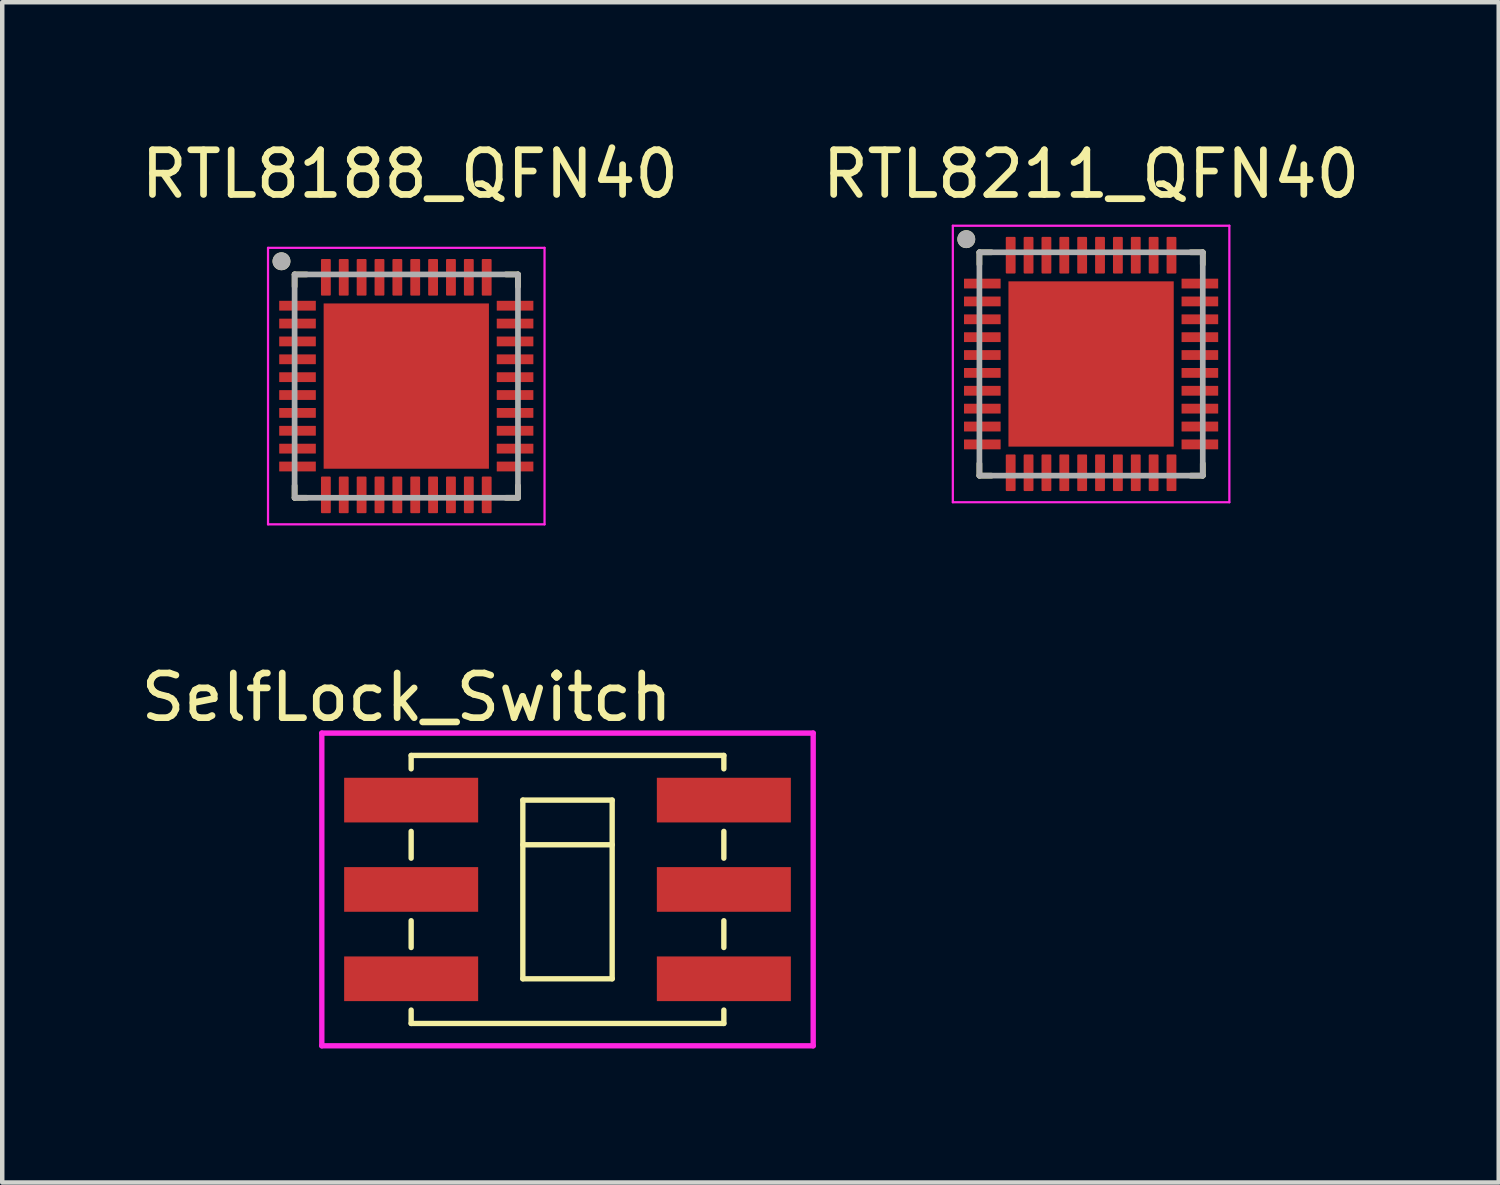
<source format=kicad_pcb>
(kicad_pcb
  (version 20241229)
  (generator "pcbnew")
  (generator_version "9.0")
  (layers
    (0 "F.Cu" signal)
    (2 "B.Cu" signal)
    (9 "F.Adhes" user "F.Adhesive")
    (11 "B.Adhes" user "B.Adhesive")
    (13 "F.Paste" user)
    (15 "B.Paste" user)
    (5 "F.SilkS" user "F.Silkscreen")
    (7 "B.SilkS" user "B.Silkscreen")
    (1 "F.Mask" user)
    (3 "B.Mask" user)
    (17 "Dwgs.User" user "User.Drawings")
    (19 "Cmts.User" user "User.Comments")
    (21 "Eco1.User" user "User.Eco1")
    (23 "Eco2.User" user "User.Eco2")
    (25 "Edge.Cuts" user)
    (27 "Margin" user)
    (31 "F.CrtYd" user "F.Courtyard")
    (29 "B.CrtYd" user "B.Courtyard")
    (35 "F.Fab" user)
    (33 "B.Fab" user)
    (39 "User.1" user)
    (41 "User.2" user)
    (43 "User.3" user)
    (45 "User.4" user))
  (footprint "RTL8211_QFN40"
    (layer "F.Cu")
    (at 21.375 5.098)
    (property "Reference" "RTL8211_QFN40" (at 0 -4.25 0) (layer "F.SilkS") (effects (font (size 1 1) (thickness 0.15))))
    (attr smd)
    (fp_line (start -2.5 -2.5) (end -2.5 -2.23) (stroke (width 0.127) (type solid)) (layer "F.SilkS"))
    (fp_line (start -2.5 2.5) (end -2.5 2.23) (stroke (width 0.127) (type solid)) (layer "F.SilkS"))
    (fp_line (start -2.5 2.5) (end -2.23 2.5) (stroke (width 0.127) (type solid)) (layer "F.SilkS"))
    (fp_line (start -2.23 -2.5) (end -2.5 -2.5) (stroke (width 0.127) (type solid)) (layer "F.SilkS"))
    (fp_line (start 2.23 2.5) (end 2.5 2.5) (stroke (width 0.127) (type solid)) (layer "F.SilkS"))
    (fp_line (start 2.5 -2.5) (end 2.23 -2.5) (stroke (width 0.127) (type solid)) (layer "F.SilkS"))
    (fp_line (start 2.5 -2.23) (end 2.5 -2.5) (stroke (width 0.127) (type solid)) (layer "F.SilkS"))
    (fp_line (start 2.5 2.5) (end 2.5 2.23) (stroke (width 0.127) (type solid)) (layer "F.SilkS"))
    (fp_circle (center -2.794 -2.794) (end -2.694 -2.794) (stroke (width 0.2) (type solid)) (fill no) (layer "F.SilkS"))
    (fp_poly (pts (xy -1.395 -1.395) (xy -0.225 -1.395) (xy -0.225 -0.225) (xy -1.395 -0.225)) (stroke (width 0.01) (type solid)) (fill yes) (layer "F.Paste"))
    (fp_poly (pts (xy -1.395 0.225) (xy -0.225 0.225) (xy -0.225 1.395) (xy -1.395 1.395)) (stroke (width 0.01) (type solid)) (fill yes) (layer "F.Paste"))
    (fp_poly (pts (xy 0.225 -1.395) (xy 1.395 -1.395) (xy 1.395 -0.225) (xy 0.225 -0.225)) (stroke (width 0.01) (type solid)) (fill yes) (layer "F.Paste"))
    (fp_poly (pts (xy 0.225 0.225) (xy 1.395 0.225) (xy 1.395 1.395) (xy 0.225 1.395)) (stroke (width 0.01) (type solid)) (fill yes) (layer "F.Paste"))
    (fp_line (start -3.095 -3.095) (end -3.095 3.095) (stroke (width 0.05) (type solid)) (layer "F.CrtYd"))
    (fp_line (start -3.095 3.095) (end 3.095 3.095) (stroke (width 0.05) (type solid)) (layer "F.CrtYd"))
    (fp_line (start 3.095 -3.095) (end -3.095 -3.095) (stroke (width 0.05) (type solid)) (layer "F.CrtYd"))
    (fp_line (start 3.095 3.095) (end 3.095 -3.095) (stroke (width 0.05) (type solid)) (layer "F.CrtYd"))
    (fp_line (start -2.5 -2.5) (end -2.5 2.5) (stroke (width 0.127) (type solid)) (layer "F.Fab"))
    (fp_line (start -2.5 2.5) (end 2.5 2.5) (stroke (width 0.127) (type solid)) (layer "F.Fab"))
    (fp_line (start 2.5 -2.5) (end -2.5 -2.5) (stroke (width 0.127) (type solid)) (layer "F.Fab"))
    (fp_line (start 2.5 2.5) (end 2.5 -2.5) (stroke (width 0.127) (type solid)) (layer "F.Fab"))
    (fp_circle (center -2.794 -2.794) (end -2.694 -2.794) (stroke (width 0.2) (type solid)) (fill no) (layer "F.Fab"))
    (pad "1" smd roundrect (at -2.435 -1.8) (size 0.82 0.22) (layers "F.Cu" "F.Mask" "F.Paste") (roundrect_rratio 0.03))
    (pad "2" smd roundrect (at -2.435 -1.4) (size 0.82 0.22) (layers "F.Cu" "F.Mask" "F.Paste") (roundrect_rratio 0.03))
    (pad "3" smd roundrect (at -2.435 -1) (size 0.82 0.22) (layers "F.Cu" "F.Mask" "F.Paste") (roundrect_rratio 0.03))
    (pad "4" smd roundrect (at -2.435 -0.6) (size 0.82 0.22) (layers "F.Cu" "F.Mask" "F.Paste") (roundrect_rratio 0.03))
    (pad "5" smd roundrect (at -2.435 -0.2) (size 0.82 0.22) (layers "F.Cu" "F.Mask" "F.Paste") (roundrect_rratio 0.03))
    (pad "6" smd roundrect (at -2.435 0.2) (size 0.82 0.22) (layers "F.Cu" "F.Mask" "F.Paste") (roundrect_rratio 0.03))
    (pad "7" smd roundrect (at -2.435 0.6) (size 0.82 0.22) (layers "F.Cu" "F.Mask" "F.Paste") (roundrect_rratio 0.03))
    (pad "8" smd roundrect (at -2.435 1) (size 0.82 0.22) (layers "F.Cu" "F.Mask" "F.Paste") (roundrect_rratio 0.03))
    (pad "9" smd roundrect (at -2.435 1.4) (size 0.82 0.22) (layers "F.Cu" "F.Mask" "F.Paste") (roundrect_rratio 0.03))
    (pad "10" smd roundrect (at -2.435 1.8) (size 0.82 0.22) (layers "F.Cu" "F.Mask" "F.Paste") (roundrect_rratio 0.03))
    (pad "11" smd roundrect (at -1.8 2.435) (size 0.22 0.82) (layers "F.Cu" "F.Mask" "F.Paste") (roundrect_rratio 0.1))
    (pad "12" smd roundrect (at -1.4 2.435) (size 0.22 0.82) (layers "F.Cu" "F.Mask" "F.Paste") (roundrect_rratio 0.1))
    (pad "13" smd roundrect (at -1 2.435) (size 0.22 0.82) (layers "F.Cu" "F.Mask" "F.Paste") (roundrect_rratio 0.1))
    (pad "14" smd roundrect (at -0.6 2.435) (size 0.22 0.82) (layers "F.Cu" "F.Mask" "F.Paste") (roundrect_rratio 0.1))
    (pad "15" smd roundrect (at -0.2 2.435) (size 0.22 0.82) (layers "F.Cu" "F.Mask" "F.Paste") (roundrect_rratio 0.1))
    (pad "16" smd roundrect (at 0.2 2.435) (size 0.22 0.82) (layers "F.Cu" "F.Mask" "F.Paste") (roundrect_rratio 0.1))
    (pad "17" smd roundrect (at 0.6 2.435) (size 0.22 0.82) (layers "F.Cu" "F.Mask" "F.Paste") (roundrect_rratio 0.1))
    (pad "18" smd roundrect (at 1 2.435) (size 0.22 0.82) (layers "F.Cu" "F.Mask" "F.Paste") (roundrect_rratio 0.1))
    (pad "19" smd roundrect (at 1.4 2.435) (size 0.22 0.82) (layers "F.Cu" "F.Mask" "F.Paste") (roundrect_rratio 0.1))
    (pad "20" smd roundrect (at 1.8 2.435) (size 0.22 0.82) (layers "F.Cu" "F.Mask" "F.Paste") (roundrect_rratio 0.1))
    (pad "21" smd roundrect (at 2.435 1.8) (size 0.82 0.22) (layers "F.Cu" "F.Mask" "F.Paste") (roundrect_rratio 0.03))
    (pad "22" smd roundrect (at 2.435 1.4) (size 0.82 0.22) (layers "F.Cu" "F.Mask" "F.Paste") (roundrect_rratio 0.03))
    (pad "23" smd roundrect (at 2.435 1) (size 0.82 0.22) (layers "F.Cu" "F.Mask" "F.Paste") (roundrect_rratio 0.03))
    (pad "24" smd roundrect (at 2.435 0.6) (size 0.82 0.22) (layers "F.Cu" "F.Mask" "F.Paste") (roundrect_rratio 0.03))
    (pad "25" smd roundrect (at 2.435 0.2) (size 0.82 0.22) (layers "F.Cu" "F.Mask" "F.Paste") (roundrect_rratio 0.03))
    (pad "26" smd roundrect (at 2.435 -0.2) (size 0.82 0.22) (layers "F.Cu" "F.Mask" "F.Paste") (roundrect_rratio 0.03))
    (pad "27" smd roundrect (at 2.435 -0.6) (size 0.82 0.22) (layers "F.Cu" "F.Mask" "F.Paste") (roundrect_rratio 0.03))
    (pad "28" smd roundrect (at 2.435 -1) (size 0.82 0.22) (layers "F.Cu" "F.Mask" "F.Paste") (roundrect_rratio 0.03))
    (pad "29" smd roundrect (at 2.435 -1.4) (size 0.82 0.22) (layers "F.Cu" "F.Mask" "F.Paste") (roundrect_rratio 0.03))
    (pad "30" smd roundrect (at 2.435 -1.8) (size 0.82 0.22) (layers "F.Cu" "F.Mask" "F.Paste") (roundrect_rratio 0.03))
    (pad "31" smd roundrect (at 1.8 -2.435) (size 0.22 0.82) (layers "F.Cu" "F.Mask" "F.Paste") (roundrect_rratio 0.1))
    (pad "32" smd roundrect (at 1.4 -2.435) (size 0.22 0.82) (layers "F.Cu" "F.Mask" "F.Paste") (roundrect_rratio 0.1))
    (pad "33" smd roundrect (at 1 -2.435) (size 0.22 0.82) (layers "F.Cu" "F.Mask" "F.Paste") (roundrect_rratio 0.1))
    (pad "34" smd roundrect (at 0.6 -2.435) (size 0.22 0.82) (layers "F.Cu" "F.Mask" "F.Paste") (roundrect_rratio 0.1))
    (pad "35" smd roundrect (at 0.2 -2.435) (size 0.22 0.82) (layers "F.Cu" "F.Mask" "F.Paste") (roundrect_rratio 0.1))
    (pad "36" smd roundrect (at -0.2 -2.435) (size 0.22 0.82) (layers "F.Cu" "F.Mask" "F.Paste") (roundrect_rratio 0.1))
    (pad "37" smd roundrect (at -0.6 -2.435) (size 0.22 0.82) (layers "F.Cu" "F.Mask" "F.Paste") (roundrect_rratio 0.1))
    (pad "38" smd roundrect (at -1 -2.435) (size 0.22 0.82) (layers "F.Cu" "F.Mask" "F.Paste") (roundrect_rratio 0.1))
    (pad "39" smd roundrect (at -1.4 -2.435) (size 0.22 0.82) (layers "F.Cu" "F.Mask" "F.Paste") (roundrect_rratio 0.1))
    (pad "40" smd roundrect (at -1.8 -2.435) (size 0.22 0.82) (layers "F.Cu" "F.Mask" "F.Paste") (roundrect_rratio 0.1))
    (pad "41" smd rect (at 0 0) (size 3.7 3.7) (layers "F.Cu" "F.Mask")))
  (footprint "SelfLock_Switch"
    (layer "F.Cu")
    (at 9.654 16.861)
    (property "Reference" "SelfLock_Switch" (at -3.6 -4.3 0) (layer "F.SilkS") (effects (font (size 1 1) (thickness 0.15))))
    (attr through_hole)
    (fp_line (start -3.5 -3) (end 3.5 -3) (stroke (width 0.12) (type solid)) (layer "F.SilkS"))
    (fp_line (start -3.5 -2.7) (end -3.5 -3) (stroke (width 0.12) (type solid)) (layer "F.SilkS"))
    (fp_line (start -3.5 -1.3) (end -3.5 -0.7) (stroke (width 0.12) (type solid)) (layer "F.SilkS"))
    (fp_line (start -3.5 0.7) (end -3.5 1.3) (stroke (width 0.12) (type solid)) (layer "F.SilkS"))
    (fp_line (start -3.5 2.7) (end -3.5 3) (stroke (width 0.12) (type solid)) (layer "F.SilkS"))
    (fp_line (start -3.5 3) (end 3.5 3) (stroke (width 0.12) (type solid)) (layer "F.SilkS"))
    (fp_line (start -1 -2) (end -1 2) (stroke (width 0.12) (type solid)) (layer "F.SilkS"))
    (fp_line (start -1 -2) (end 1 -2) (stroke (width 0.12) (type solid)) (layer "F.SilkS"))
    (fp_line (start -1 -1) (end 1 -1) (stroke (width 0.12) (type solid)) (layer "F.SilkS"))
    (fp_line (start 1 -2) (end 1 2) (stroke (width 0.12) (type solid)) (layer "F.SilkS"))
    (fp_line (start 1 2) (end -1 2) (stroke (width 0.12) (type solid)) (layer "F.SilkS"))
    (fp_line (start 3.5 -3) (end 3.5 -2.7) (stroke (width 0.12) (type solid)) (layer "F.SilkS"))
    (fp_line (start 3.5 -1.3) (end 3.5 -0.7) (stroke (width 0.12) (type solid)) (layer "F.SilkS"))
    (fp_line (start 3.5 0.7) (end 3.5 1.3) (stroke (width 0.12) (type solid)) (layer "F.SilkS"))
    (fp_line (start 3.5 3) (end 3.5 2.7) (stroke (width 0.12) (type solid)) (layer "F.SilkS"))
    (fp_line (start -5.5 -3.5) (end -5.5 3.5) (stroke (width 0.12) (type solid)) (layer "F.CrtYd"))
    (fp_line (start -5.5 3.5) (end 5.5 3.5) (stroke (width 0.12) (type solid)) (layer "F.CrtYd"))
    (fp_line (start 5.5 -3.5) (end -5.5 -3.5) (stroke (width 0.12) (type solid)) (layer "F.CrtYd"))
    (fp_line (start 5.5 3.5) (end 5.5 -3.5) (stroke (width 0.12) (type solid)) (layer "F.CrtYd"))
    (pad "1" smd rect (at -3.5 -2) (size 3 1) (layers "F.Cu" "F.Mask" "F.Paste"))
    (pad "2" smd rect (at -3.5 0) (size 3 1) (layers "F.Cu" "F.Mask" "F.Paste"))
    (pad "3" smd rect (at -3.5 2) (size 3 1) (layers "F.Cu" "F.Mask" "F.Paste"))
    (pad "4" smd rect (at 3.5 -2) (size 3 1) (layers "F.Cu" "F.Mask" "F.Paste"))
    (pad "5" smd rect (at 3.5 0) (size 3 1) (layers "F.Cu" "F.Mask" "F.Paste"))
    (pad "6" smd rect (at 3.5 2) (size 3 1) (layers "F.Cu" "F.Mask" "F.Paste")))
  (footprint "RTL8188_QFN40"
    (layer "F.Cu")
    (at 6.045 5.593)
    (property "Reference" "RTL8188_QFN40" (at 0.08 -4.745 0) (layer "F.SilkS") (effects (font (size 1 1) (thickness 0.15))))
    (attr smd)
    (fp_line (start -2.5 -2.5) (end -2.5 -2.23) (stroke (width 0.127) (type solid)) (layer "F.SilkS"))
    (fp_line (start -2.5 2.5) (end -2.5 2.23) (stroke (width 0.127) (type solid)) (layer "F.SilkS"))
    (fp_line (start -2.5 2.5) (end -2.23 2.5) (stroke (width 0.127) (type solid)) (layer "F.SilkS"))
    (fp_line (start -2.23 -2.5) (end -2.5 -2.5) (stroke (width 0.127) (type solid)) (layer "F.SilkS"))
    (fp_line (start 2.23 2.5) (end 2.5 2.5) (stroke (width 0.127) (type solid)) (layer "F.SilkS"))
    (fp_line (start 2.5 -2.5) (end 2.23 -2.5) (stroke (width 0.127) (type solid)) (layer "F.SilkS"))
    (fp_line (start 2.5 -2.23) (end 2.5 -2.5) (stroke (width 0.127) (type solid)) (layer "F.SilkS"))
    (fp_line (start 2.5 2.5) (end 2.5 2.23) (stroke (width 0.127) (type solid)) (layer "F.SilkS"))
    (fp_circle (center -2.794 -2.794) (end -2.694 -2.794) (stroke (width 0.2) (type solid)) (fill no) (layer "F.SilkS"))
    (fp_poly (pts (xy -1.395 -1.395) (xy -0.225 -1.395) (xy -0.225 -0.225) (xy -1.395 -0.225)) (stroke (width 0.01) (type solid)) (fill yes) (layer "F.Paste"))
    (fp_poly (pts (xy -1.395 0.225) (xy -0.225 0.225) (xy -0.225 1.395) (xy -1.395 1.395)) (stroke (width 0.01) (type solid)) (fill yes) (layer "F.Paste"))
    (fp_poly (pts (xy 0.225 -1.395) (xy 1.395 -1.395) (xy 1.395 -0.225) (xy 0.225 -0.225)) (stroke (width 0.01) (type solid)) (fill yes) (layer "F.Paste"))
    (fp_poly (pts (xy 0.225 0.225) (xy 1.395 0.225) (xy 1.395 1.395) (xy 0.225 1.395)) (stroke (width 0.01) (type solid)) (fill yes) (layer "F.Paste"))
    (fp_line (start -3.095 -3.095) (end -3.095 3.095) (stroke (width 0.05) (type solid)) (layer "F.CrtYd"))
    (fp_line (start -3.095 3.095) (end 3.095 3.095) (stroke (width 0.05) (type solid)) (layer "F.CrtYd"))
    (fp_line (start 3.095 -3.095) (end -3.095 -3.095) (stroke (width 0.05) (type solid)) (layer "F.CrtYd"))
    (fp_line (start 3.095 3.095) (end 3.095 -3.095) (stroke (width 0.05) (type solid)) (layer "F.CrtYd"))
    (fp_line (start -2.5 -2.5) (end -2.5 2.5) (stroke (width 0.127) (type solid)) (layer "F.Fab"))
    (fp_line (start -2.5 2.5) (end 2.5 2.5) (stroke (width 0.127) (type solid)) (layer "F.Fab"))
    (fp_line (start 2.5 -2.5) (end -2.5 -2.5) (stroke (width 0.127) (type solid)) (layer "F.Fab"))
    (fp_line (start 2.5 2.5) (end 2.5 -2.5) (stroke (width 0.127) (type solid)) (layer "F.Fab"))
    (fp_circle (center -2.794 -2.794) (end -2.694 -2.794) (stroke (width 0.2) (type solid)) (fill no) (layer "F.Fab"))
    (pad "1" smd roundrect (at -2.435 -1.8) (size 0.82 0.22) (layers "F.Cu" "F.Mask" "F.Paste") (roundrect_rratio 0.03))
    (pad "2" smd roundrect (at -2.435 -1.4) (size 0.82 0.22) (layers "F.Cu" "F.Mask" "F.Paste") (roundrect_rratio 0.03))
    (pad "3" smd roundrect (at -2.435 -1) (size 0.82 0.22) (layers "F.Cu" "F.Mask" "F.Paste") (roundrect_rratio 0.03))
    (pad "4" smd roundrect (at -2.435 -0.6) (size 0.82 0.22) (layers "F.Cu" "F.Mask" "F.Paste") (roundrect_rratio 0.03))
    (pad "5" smd roundrect (at -2.435 -0.2) (size 0.82 0.22) (layers "F.Cu" "F.Mask" "F.Paste") (roundrect_rratio 0.03))
    (pad "6" smd roundrect (at -2.435 0.2) (size 0.82 0.22) (layers "F.Cu" "F.Mask" "F.Paste") (roundrect_rratio 0.03))
    (pad "7" smd roundrect (at -2.435 0.6) (size 0.82 0.22) (layers "F.Cu" "F.Mask" "F.Paste") (roundrect_rratio 0.03))
    (pad "8" smd roundrect (at -2.435 1) (size 0.82 0.22) (layers "F.Cu" "F.Mask" "F.Paste") (roundrect_rratio 0.03))
    (pad "9" smd roundrect (at -2.435 1.4) (size 0.82 0.22) (layers "F.Cu" "F.Mask" "F.Paste") (roundrect_rratio 0.03))
    (pad "10" smd roundrect (at -2.435 1.8) (size 0.82 0.22) (layers "F.Cu" "F.Mask" "F.Paste") (roundrect_rratio 0.03))
    (pad "11" smd roundrect (at -1.8 2.435) (size 0.22 0.82) (layers "F.Cu" "F.Mask" "F.Paste") (roundrect_rratio 0.1))
    (pad "12" smd roundrect (at -1.4 2.435) (size 0.22 0.82) (layers "F.Cu" "F.Mask" "F.Paste") (roundrect_rratio 0.1))
    (pad "13" smd roundrect (at -1 2.435) (size 0.22 0.82) (layers "F.Cu" "F.Mask" "F.Paste") (roundrect_rratio 0.1))
    (pad "14" smd roundrect (at -0.6 2.435) (size 0.22 0.82) (layers "F.Cu" "F.Mask" "F.Paste") (roundrect_rratio 0.1))
    (pad "15" smd roundrect (at -0.2 2.435) (size 0.22 0.82) (layers "F.Cu" "F.Mask" "F.Paste") (roundrect_rratio 0.1))
    (pad "16" smd roundrect (at 0.2 2.435) (size 0.22 0.82) (layers "F.Cu" "F.Mask" "F.Paste") (roundrect_rratio 0.1))
    (pad "17" smd roundrect (at 0.6 2.435) (size 0.22 0.82) (layers "F.Cu" "F.Mask" "F.Paste") (roundrect_rratio 0.1))
    (pad "18" smd roundrect (at 1 2.435) (size 0.22 0.82) (layers "F.Cu" "F.Mask" "F.Paste") (roundrect_rratio 0.1))
    (pad "19" smd roundrect (at 1.4 2.435) (size 0.22 0.82) (layers "F.Cu" "F.Mask" "F.Paste") (roundrect_rratio 0.1))
    (pad "20" smd roundrect (at 1.8 2.435) (size 0.22 0.82) (layers "F.Cu" "F.Mask" "F.Paste") (roundrect_rratio 0.1))
    (pad "21" smd roundrect (at 2.435 1.8) (size 0.82 0.22) (layers "F.Cu" "F.Mask" "F.Paste") (roundrect_rratio 0.03))
    (pad "22" smd roundrect (at 2.435 1.4) (size 0.82 0.22) (layers "F.Cu" "F.Mask" "F.Paste") (roundrect_rratio 0.03))
    (pad "23" smd roundrect (at 2.435 1) (size 0.82 0.22) (layers "F.Cu" "F.Mask" "F.Paste") (roundrect_rratio 0.03))
    (pad "24" smd roundrect (at 2.435 0.6) (size 0.82 0.22) (layers "F.Cu" "F.Mask" "F.Paste") (roundrect_rratio 0.03))
    (pad "25" smd roundrect (at 2.435 0.2) (size 0.82 0.22) (layers "F.Cu" "F.Mask" "F.Paste") (roundrect_rratio 0.03))
    (pad "26" smd roundrect (at 2.435 -0.2) (size 0.82 0.22) (layers "F.Cu" "F.Mask" "F.Paste") (roundrect_rratio 0.03))
    (pad "27" smd roundrect (at 2.435 -0.6) (size 0.82 0.22) (layers "F.Cu" "F.Mask" "F.Paste") (roundrect_rratio 0.03))
    (pad "28" smd roundrect (at 2.435 -1) (size 0.82 0.22) (layers "F.Cu" "F.Mask" "F.Paste") (roundrect_rratio 0.03))
    (pad "29" smd roundrect (at 2.435 -1.4) (size 0.82 0.22) (layers "F.Cu" "F.Mask" "F.Paste") (roundrect_rratio 0.03))
    (pad "30" smd roundrect (at 2.435 -1.8) (size 0.82 0.22) (layers "F.Cu" "F.Mask" "F.Paste") (roundrect_rratio 0.03))
    (pad "31" smd roundrect (at 1.8 -2.435) (size 0.22 0.82) (layers "F.Cu" "F.Mask" "F.Paste") (roundrect_rratio 0.1))
    (pad "32" smd roundrect (at 1.4 -2.435) (size 0.22 0.82) (layers "F.Cu" "F.Mask" "F.Paste") (roundrect_rratio 0.1))
    (pad "33" smd roundrect (at 1 -2.435) (size 0.22 0.82) (layers "F.Cu" "F.Mask" "F.Paste") (roundrect_rratio 0.1))
    (pad "34" smd roundrect (at 0.6 -2.435) (size 0.22 0.82) (layers "F.Cu" "F.Mask" "F.Paste") (roundrect_rratio 0.1))
    (pad "35" smd roundrect (at 0.2 -2.435) (size 0.22 0.82) (layers "F.Cu" "F.Mask" "F.Paste") (roundrect_rratio 0.1))
    (pad "36" smd roundrect (at -0.2 -2.435) (size 0.22 0.82) (layers "F.Cu" "F.Mask" "F.Paste") (roundrect_rratio 0.1))
    (pad "37" smd roundrect (at -0.6 -2.435) (size 0.22 0.82) (layers "F.Cu" "F.Mask" "F.Paste") (roundrect_rratio 0.1))
    (pad "38" smd roundrect (at -1 -2.435) (size 0.22 0.82) (layers "F.Cu" "F.Mask" "F.Paste") (roundrect_rratio 0.1))
    (pad "39" smd roundrect (at -1.4 -2.435) (size 0.22 0.82) (layers "F.Cu" "F.Mask" "F.Paste") (roundrect_rratio 0.1))
    (pad "40" smd roundrect (at -1.8 -2.435) (size 0.22 0.82) (layers "F.Cu" "F.Mask" "F.Paste") (roundrect_rratio 0.1))
    (pad "41" smd rect (at 0 0) (size 3.7 3.7) (layers "F.Cu" "F.Mask")))
  (gr_rect
    (start -3 -3)
    (end 30.5 23.422)
    (stroke (width 0.1) (type default))
    (fill no)
    (layer "Edge.Cuts")))
</source>
